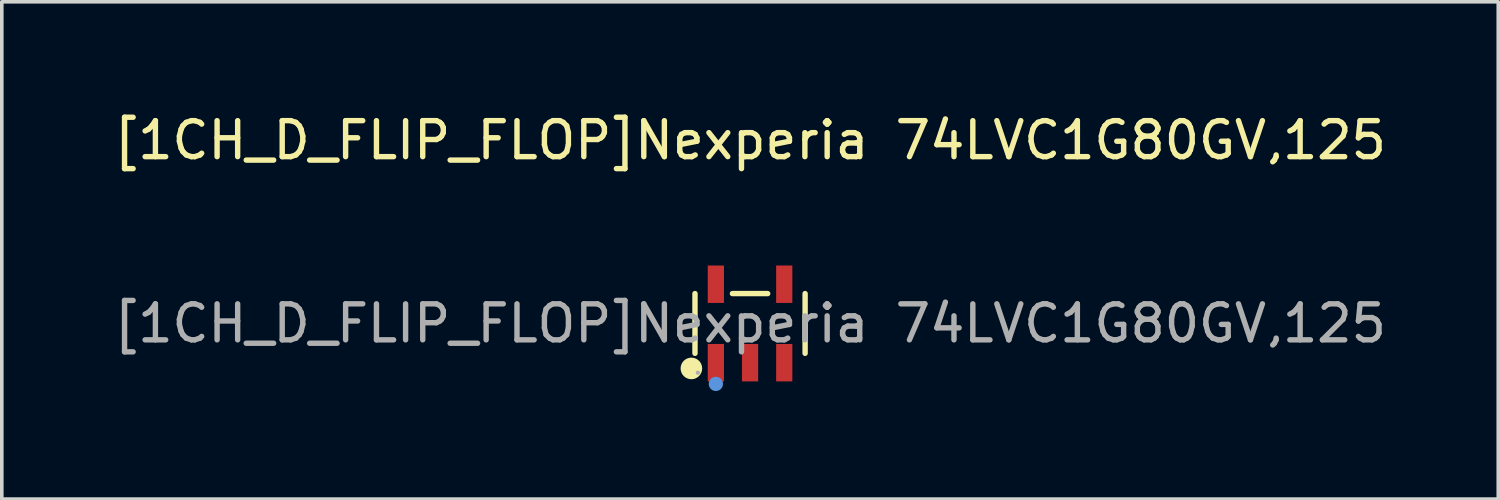
<source format=kicad_pcb>
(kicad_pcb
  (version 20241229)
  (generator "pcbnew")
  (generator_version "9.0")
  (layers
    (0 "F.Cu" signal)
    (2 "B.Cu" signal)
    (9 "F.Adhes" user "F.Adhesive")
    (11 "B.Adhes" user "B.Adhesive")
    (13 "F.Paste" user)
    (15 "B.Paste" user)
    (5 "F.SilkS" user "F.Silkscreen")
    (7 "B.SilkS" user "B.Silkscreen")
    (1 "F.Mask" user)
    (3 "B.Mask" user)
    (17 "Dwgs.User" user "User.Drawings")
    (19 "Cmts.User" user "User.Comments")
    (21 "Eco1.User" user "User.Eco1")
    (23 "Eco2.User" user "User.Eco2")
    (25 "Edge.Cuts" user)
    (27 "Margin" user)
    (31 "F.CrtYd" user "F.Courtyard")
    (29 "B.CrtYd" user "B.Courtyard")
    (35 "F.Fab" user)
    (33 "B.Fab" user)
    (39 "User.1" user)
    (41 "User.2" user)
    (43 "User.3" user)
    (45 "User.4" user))
  (footprint "[1CH_D_FLIP_FLOP]Nexperia 74LVC1G80GV,125"
    (layer "F.Cu")
    (at 17.792 5.938)
    (property "Reference" "[1CH_D_FLIP_FLOP]Nexperia 74LVC1G80GV,125" (at 0 -5.09 0) (layer "F.SilkS") (effects (font (size 1 1) (thickness 0.15))))
    (attr smd)
    (fp_line (start -1.53 0.83) (end -1.53 -0.83) (stroke (width 0.15) (type solid)) (layer "F.SilkS"))
    (fp_line (start 0.49 -0.83) (end -0.49 -0.83) (stroke (width 0.15) (type solid)) (layer "F.SilkS"))
    (fp_line (start 1.53 0.83) (end 1.53 -0.83) (stroke (width 0.15) (type solid)) (layer "F.SilkS"))
    (fp_circle (center -1.63 1.25) (end -1.48 1.25) (stroke (width 0.3) (type solid)) (fill no) (layer "F.SilkS"))
    (fp_circle (center -0.95 1.68) (end -0.85 1.68) (stroke (width 0.2) (type solid)) (fill no) (layer "Cmts.User"))
    (fp_circle (center -1.45 1.37) (end -1.42 1.37) (stroke (width 0.06) (type solid)) (fill no) (layer "F.Fab"))
    (fp_text user "${REFERENCE}" (at 0 0 0) (layer "F.Fab") (effects (font (size 1 1) (thickness 0.15))))
    (pad "1" smd rect (at -0.95 1.09) (size 0.45 1.04) (layers "F.Cu" "F.Mask" "F.Paste"))
    (pad "2" smd rect (at 0 1.09) (size 0.45 1.04) (layers "F.Cu" "F.Mask" "F.Paste"))
    (pad "3" smd rect (at 0.95 1.09) (size 0.45 1.04) (layers "F.Cu" "F.Mask" "F.Paste"))
    (pad "4" smd rect (at 0.95 -1.09) (size 0.45 1.04) (layers "F.Cu" "F.Mask" "F.Paste"))
    (pad "5" smd rect (at -0.95 -1.09) (size 0.45 1.04) (layers "F.Cu" "F.Mask" "F.Paste")))
  (gr_rect
    (start -3 -3)
    (end 38.583 10.818)
    (stroke (width 0.1) (type default))
    (fill no)
    (layer "Edge.Cuts")))
</source>
